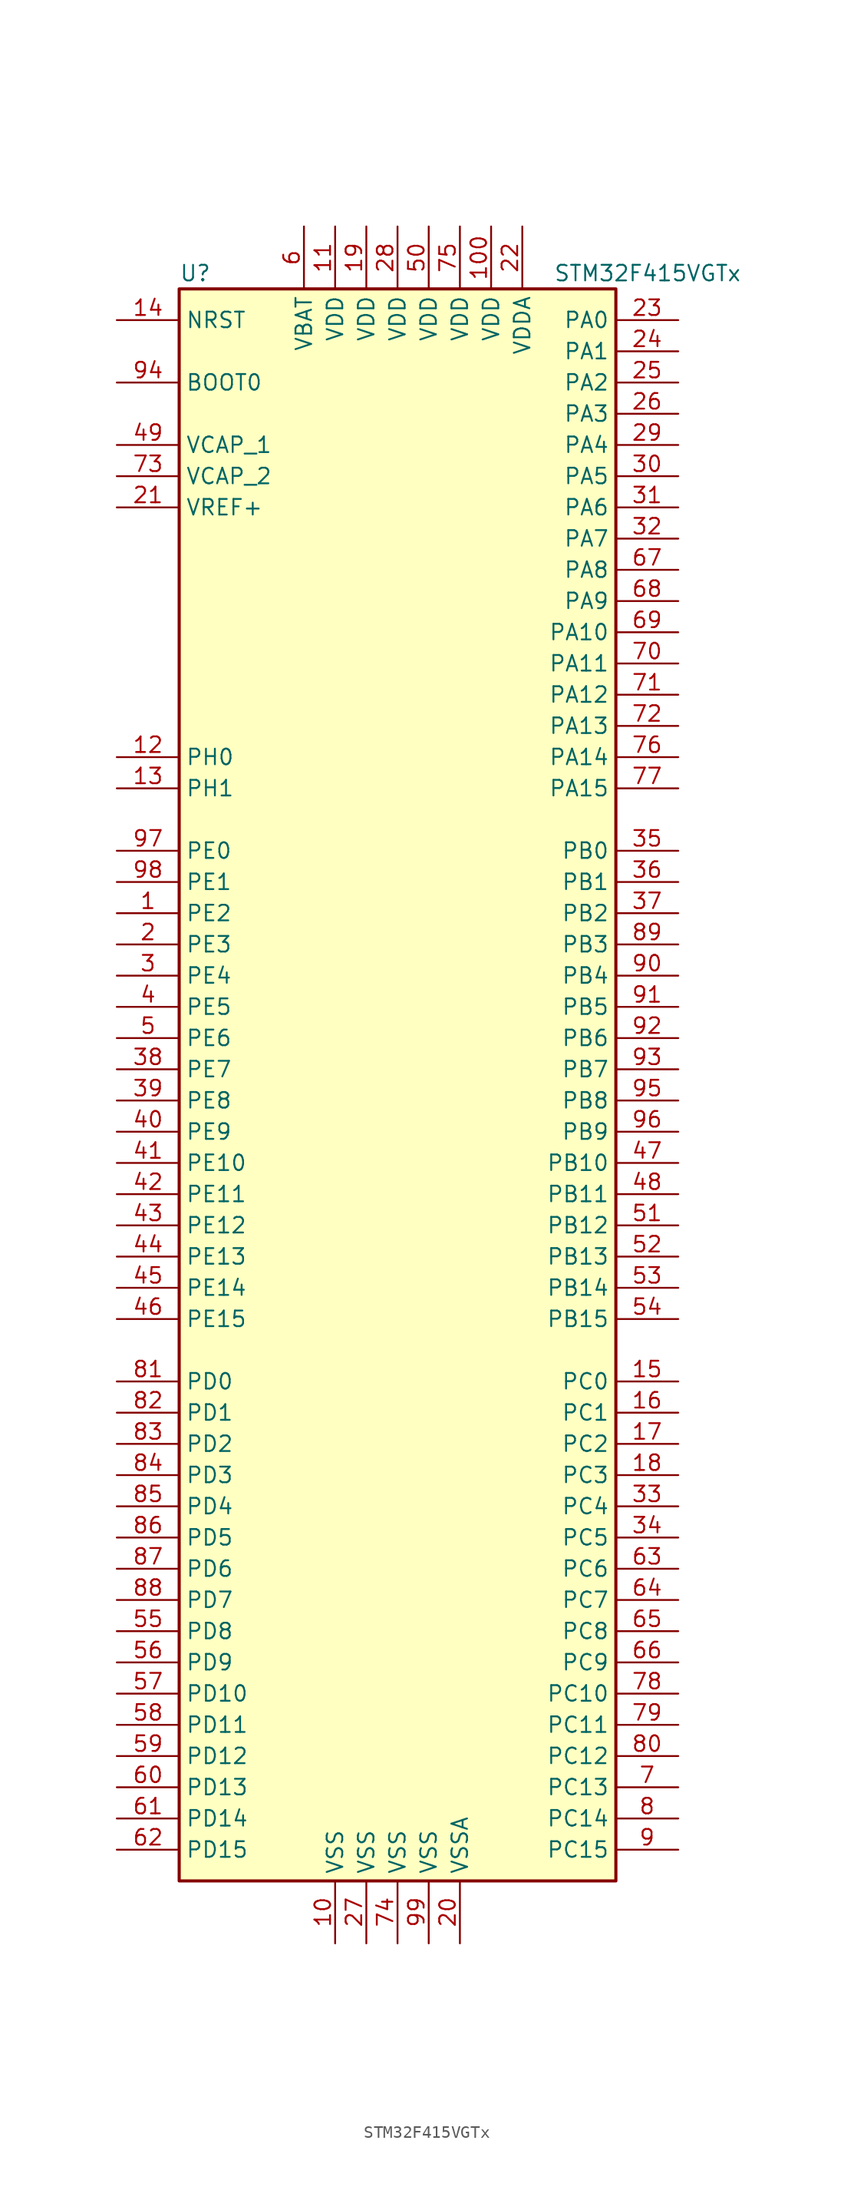
<source format=kicad_sym>
(kicad_symbol_lib
  (version 20201005)
  (generator kicad_symbol_editor)
  (symbol "STM32F415VGTx"
    (property "Reference" "U"
      (at -17.78 64.77 0)
      (effects (font (size 1.27 1.27)) (justify left)))
    (property "Value" "STM32F415VGTx"
      (at 12.7 64.77 0)
      (effects (font (size 1.27 1.27)) (justify left)))
    (symbol "STM32F415VGTx_0_1"
      (rectangle (start -17.78 -66.04) (end 17.78 63.5) (stroke (width 0.254)) (fill (type background))))
    (symbol "STM32F415VGTx_1_1"
      (pin input line (at -22.86 55.88 0) (length 5.08) (name "BOOT0" (effects (font (size 1.27 1.27)))) (number "94" (effects (font (size 1.27 1.27)))))
      (pin input line (at -22.86 60.96 0) (length 5.08) (name "NRST" (effects (font (size 1.27 1.27)))) (number "14" (effects (font (size 1.27 1.27)))))
      (pin bidirectional line (at 22.86 60.96 180) (length 5.08) (name "PA0" (effects (font (size 1.27 1.27)))) (number "23" (effects (font (size 1.27 1.27)))))
      (pin bidirectional line (at 22.86 58.42 180) (length 5.08) (name "PA1" (effects (font (size 1.27 1.27)))) (number "24" (effects (font (size 1.27 1.27)))))
      (pin bidirectional line (at 22.86 35.56 180) (length 5.08) (name "PA10" (effects (font (size 1.27 1.27)))) (number "69" (effects (font (size 1.27 1.27)))))
      (pin bidirectional line (at 22.86 33.02 180) (length 5.08) (name "PA11" (effects (font (size 1.27 1.27)))) (number "70" (effects (font (size 1.27 1.27)))))
      (pin bidirectional line (at 22.86 30.48 180) (length 5.08) (name "PA12" (effects (font (size 1.27 1.27)))) (number "71" (effects (font (size 1.27 1.27)))))
      (pin bidirectional line (at 22.86 27.94 180) (length 5.08) (name "PA13" (effects (font (size 1.27 1.27)))) (number "72" (effects (font (size 1.27 1.27)))))
      (pin bidirectional line (at 22.86 25.4 180) (length 5.08) (name "PA14" (effects (font (size 1.27 1.27)))) (number "76" (effects (font (size 1.27 1.27)))))
      (pin bidirectional line (at 22.86 22.86 180) (length 5.08) (name "PA15" (effects (font (size 1.27 1.27)))) (number "77" (effects (font (size 1.27 1.27)))))
      (pin bidirectional line (at 22.86 55.88 180) (length 5.08) (name "PA2" (effects (font (size 1.27 1.27)))) (number "25" (effects (font (size 1.27 1.27)))))
      (pin bidirectional line (at 22.86 53.34 180) (length 5.08) (name "PA3" (effects (font (size 1.27 1.27)))) (number "26" (effects (font (size 1.27 1.27)))))
      (pin bidirectional line (at 22.86 50.8 180) (length 5.08) (name "PA4" (effects (font (size 1.27 1.27)))) (number "29" (effects (font (size 1.27 1.27)))))
      (pin bidirectional line (at 22.86 48.26 180) (length 5.08) (name "PA5" (effects (font (size 1.27 1.27)))) (number "30" (effects (font (size 1.27 1.27)))))
      (pin bidirectional line (at 22.86 45.72 180) (length 5.08) (name "PA6" (effects (font (size 1.27 1.27)))) (number "31" (effects (font (size 1.27 1.27)))))
      (pin bidirectional line (at 22.86 43.18 180) (length 5.08) (name "PA7" (effects (font (size 1.27 1.27)))) (number "32" (effects (font (size 1.27 1.27)))))
      (pin bidirectional line (at 22.86 40.64 180) (length 5.08) (name "PA8" (effects (font (size 1.27 1.27)))) (number "67" (effects (font (size 1.27 1.27)))))
      (pin bidirectional line (at 22.86 38.1 180) (length 5.08) (name "PA9" (effects (font (size 1.27 1.27)))) (number "68" (effects (font (size 1.27 1.27)))))
      (pin bidirectional line (at 22.86 17.78 180) (length 5.08) (name "PB0" (effects (font (size 1.27 1.27)))) (number "35" (effects (font (size 1.27 1.27)))))
      (pin bidirectional line (at 22.86 15.24 180) (length 5.08) (name "PB1" (effects (font (size 1.27 1.27)))) (number "36" (effects (font (size 1.27 1.27)))))
      (pin bidirectional line (at 22.86 -7.62 180) (length 5.08) (name "PB10" (effects (font (size 1.27 1.27)))) (number "47" (effects (font (size 1.27 1.27)))))
      (pin bidirectional line (at 22.86 -10.16 180) (length 5.08) (name "PB11" (effects (font (size 1.27 1.27)))) (number "48" (effects (font (size 1.27 1.27)))))
      (pin bidirectional line (at 22.86 -12.7 180) (length 5.08) (name "PB12" (effects (font (size 1.27 1.27)))) (number "51" (effects (font (size 1.27 1.27)))))
      (pin bidirectional line (at 22.86 -15.24 180) (length 5.08) (name "PB13" (effects (font (size 1.27 1.27)))) (number "52" (effects (font (size 1.27 1.27)))))
      (pin bidirectional line (at 22.86 -17.78 180) (length 5.08) (name "PB14" (effects (font (size 1.27 1.27)))) (number "53" (effects (font (size 1.27 1.27)))))
      (pin bidirectional line (at 22.86 -20.32 180) (length 5.08) (name "PB15" (effects (font (size 1.27 1.27)))) (number "54" (effects (font (size 1.27 1.27)))))
      (pin bidirectional line (at 22.86 12.7 180) (length 5.08) (name "PB2" (effects (font (size 1.27 1.27)))) (number "37" (effects (font (size 1.27 1.27)))))
      (pin bidirectional line (at 22.86 10.16 180) (length 5.08) (name "PB3" (effects (font (size 1.27 1.27)))) (number "89" (effects (font (size 1.27 1.27)))))
      (pin bidirectional line (at 22.86 7.62 180) (length 5.08) (name "PB4" (effects (font (size 1.27 1.27)))) (number "90" (effects (font (size 1.27 1.27)))))
      (pin bidirectional line (at 22.86 5.08 180) (length 5.08) (name "PB5" (effects (font (size 1.27 1.27)))) (number "91" (effects (font (size 1.27 1.27)))))
      (pin bidirectional line (at 22.86 2.54 180) (length 5.08) (name "PB6" (effects (font (size 1.27 1.27)))) (number "92" (effects (font (size 1.27 1.27)))))
      (pin bidirectional line (at 22.86 0 180) (length 5.08) (name "PB7" (effects (font (size 1.27 1.27)))) (number "93" (effects (font (size 1.27 1.27)))))
      (pin bidirectional line (at 22.86 -2.54 180) (length 5.08) (name "PB8" (effects (font (size 1.27 1.27)))) (number "95" (effects (font (size 1.27 1.27)))))
      (pin bidirectional line (at 22.86 -5.08 180) (length 5.08) (name "PB9" (effects (font (size 1.27 1.27)))) (number "96" (effects (font (size 1.27 1.27)))))
      (pin bidirectional line (at 22.86 -25.4 180) (length 5.08) (name "PC0" (effects (font (size 1.27 1.27)))) (number "15" (effects (font (size 1.27 1.27)))))
      (pin bidirectional line (at 22.86 -27.94 180) (length 5.08) (name "PC1" (effects (font (size 1.27 1.27)))) (number "16" (effects (font (size 1.27 1.27)))))
      (pin bidirectional line (at 22.86 -50.8 180) (length 5.08) (name "PC10" (effects (font (size 1.27 1.27)))) (number "78" (effects (font (size 1.27 1.27)))))
      (pin bidirectional line (at 22.86 -53.34 180) (length 5.08) (name "PC11" (effects (font (size 1.27 1.27)))) (number "79" (effects (font (size 1.27 1.27)))))
      (pin bidirectional line (at 22.86 -55.88 180) (length 5.08) (name "PC12" (effects (font (size 1.27 1.27)))) (number "80" (effects (font (size 1.27 1.27)))))
      (pin bidirectional line (at 22.86 -58.42 180) (length 5.08) (name "PC13" (effects (font (size 1.27 1.27)))) (number "7" (effects (font (size 1.27 1.27)))))
      (pin bidirectional line (at 22.86 -60.96 180) (length 5.08) (name "PC14" (effects (font (size 1.27 1.27)))) (number "8" (effects (font (size 1.27 1.27)))))
      (pin bidirectional line (at 22.86 -63.5 180) (length 5.08) (name "PC15" (effects (font (size 1.27 1.27)))) (number "9" (effects (font (size 1.27 1.27)))))
      (pin bidirectional line (at 22.86 -30.48 180) (length 5.08) (name "PC2" (effects (font (size 1.27 1.27)))) (number "17" (effects (font (size 1.27 1.27)))))
      (pin bidirectional line (at 22.86 -33.02 180) (length 5.08) (name "PC3" (effects (font (size 1.27 1.27)))) (number "18" (effects (font (size 1.27 1.27)))))
      (pin bidirectional line (at 22.86 -35.56 180) (length 5.08) (name "PC4" (effects (font (size 1.27 1.27)))) (number "33" (effects (font (size 1.27 1.27)))))
      (pin bidirectional line (at 22.86 -38.1 180) (length 5.08) (name "PC5" (effects (font (size 1.27 1.27)))) (number "34" (effects (font (size 1.27 1.27)))))
      (pin bidirectional line (at 22.86 -40.64 180) (length 5.08) (name "PC6" (effects (font (size 1.27 1.27)))) (number "63" (effects (font (size 1.27 1.27)))))
      (pin bidirectional line (at 22.86 -43.18 180) (length 5.08) (name "PC7" (effects (font (size 1.27 1.27)))) (number "64" (effects (font (size 1.27 1.27)))))
      (pin bidirectional line (at 22.86 -45.72 180) (length 5.08) (name "PC8" (effects (font (size 1.27 1.27)))) (number "65" (effects (font (size 1.27 1.27)))))
      (pin bidirectional line (at 22.86 -48.26 180) (length 5.08) (name "PC9" (effects (font (size 1.27 1.27)))) (number "66" (effects (font (size 1.27 1.27)))))
      (pin bidirectional line (at -22.86 -25.4 0) (length 5.08) (name "PD0" (effects (font (size 1.27 1.27)))) (number "81" (effects (font (size 1.27 1.27)))))
      (pin bidirectional line (at -22.86 -27.94 0) (length 5.08) (name "PD1" (effects (font (size 1.27 1.27)))) (number "82" (effects (font (size 1.27 1.27)))))
      (pin bidirectional line (at -22.86 -50.8 0) (length 5.08) (name "PD10" (effects (font (size 1.27 1.27)))) (number "57" (effects (font (size 1.27 1.27)))))
      (pin bidirectional line (at -22.86 -53.34 0) (length 5.08) (name "PD11" (effects (font (size 1.27 1.27)))) (number "58" (effects (font (size 1.27 1.27)))))
      (pin bidirectional line (at -22.86 -55.88 0) (length 5.08) (name "PD12" (effects (font (size 1.27 1.27)))) (number "59" (effects (font (size 1.27 1.27)))))
      (pin bidirectional line (at -22.86 -58.42 0) (length 5.08) (name "PD13" (effects (font (size 1.27 1.27)))) (number "60" (effects (font (size 1.27 1.27)))))
      (pin bidirectional line (at -22.86 -60.96 0) (length 5.08) (name "PD14" (effects (font (size 1.27 1.27)))) (number "61" (effects (font (size 1.27 1.27)))))
      (pin bidirectional line (at -22.86 -63.5 0) (length 5.08) (name "PD15" (effects (font (size 1.27 1.27)))) (number "62" (effects (font (size 1.27 1.27)))))
      (pin bidirectional line (at -22.86 -30.48 0) (length 5.08) (name "PD2" (effects (font (size 1.27 1.27)))) (number "83" (effects (font (size 1.27 1.27)))))
      (pin bidirectional line (at -22.86 -33.02 0) (length 5.08) (name "PD3" (effects (font (size 1.27 1.27)))) (number "84" (effects (font (size 1.27 1.27)))))
      (pin bidirectional line (at -22.86 -35.56 0) (length 5.08) (name "PD4" (effects (font (size 1.27 1.27)))) (number "85" (effects (font (size 1.27 1.27)))))
      (pin bidirectional line (at -22.86 -38.1 0) (length 5.08) (name "PD5" (effects (font (size 1.27 1.27)))) (number "86" (effects (font (size 1.27 1.27)))))
      (pin bidirectional line (at -22.86 -40.64 0) (length 5.08) (name "PD6" (effects (font (size 1.27 1.27)))) (number "87" (effects (font (size 1.27 1.27)))))
      (pin bidirectional line (at -22.86 -43.18 0) (length 5.08) (name "PD7" (effects (font (size 1.27 1.27)))) (number "88" (effects (font (size 1.27 1.27)))))
      (pin bidirectional line (at -22.86 -45.72 0) (length 5.08) (name "PD8" (effects (font (size 1.27 1.27)))) (number "55" (effects (font (size 1.27 1.27)))))
      (pin bidirectional line (at -22.86 -48.26 0) (length 5.08) (name "PD9" (effects (font (size 1.27 1.27)))) (number "56" (effects (font (size 1.27 1.27)))))
      (pin bidirectional line (at -22.86 17.78 0) (length 5.08) (name "PE0" (effects (font (size 1.27 1.27)))) (number "97" (effects (font (size 1.27 1.27)))))
      (pin bidirectional line (at -22.86 15.24 0) (length 5.08) (name "PE1" (effects (font (size 1.27 1.27)))) (number "98" (effects (font (size 1.27 1.27)))))
      (pin bidirectional line (at -22.86 -7.62 0) (length 5.08) (name "PE10" (effects (font (size 1.27 1.27)))) (number "41" (effects (font (size 1.27 1.27)))))
      (pin bidirectional line (at -22.86 -10.16 0) (length 5.08) (name "PE11" (effects (font (size 1.27 1.27)))) (number "42" (effects (font (size 1.27 1.27)))))
      (pin bidirectional line (at -22.86 -12.7 0) (length 5.08) (name "PE12" (effects (font (size 1.27 1.27)))) (number "43" (effects (font (size 1.27 1.27)))))
      (pin bidirectional line (at -22.86 -15.24 0) (length 5.08) (name "PE13" (effects (font (size 1.27 1.27)))) (number "44" (effects (font (size 1.27 1.27)))))
      (pin bidirectional line (at -22.86 -17.78 0) (length 5.08) (name "PE14" (effects (font (size 1.27 1.27)))) (number "45" (effects (font (size 1.27 1.27)))))
      (pin bidirectional line (at -22.86 -20.32 0) (length 5.08) (name "PE15" (effects (font (size 1.27 1.27)))) (number "46" (effects (font (size 1.27 1.27)))))
      (pin bidirectional line (at -22.86 12.7 0) (length 5.08) (name "PE2" (effects (font (size 1.27 1.27)))) (number "1" (effects (font (size 1.27 1.27)))))
      (pin bidirectional line (at -22.86 10.16 0) (length 5.08) (name "PE3" (effects (font (size 1.27 1.27)))) (number "2" (effects (font (size 1.27 1.27)))))
      (pin bidirectional line (at -22.86 7.62 0) (length 5.08) (name "PE4" (effects (font (size 1.27 1.27)))) (number "3" (effects (font (size 1.27 1.27)))))
      (pin bidirectional line (at -22.86 5.08 0) (length 5.08) (name "PE5" (effects (font (size 1.27 1.27)))) (number "4" (effects (font (size 1.27 1.27)))))
      (pin bidirectional line (at -22.86 2.54 0) (length 5.08) (name "PE6" (effects (font (size 1.27 1.27)))) (number "5" (effects (font (size 1.27 1.27)))))
      (pin bidirectional line (at -22.86 0 0) (length 5.08) (name "PE7" (effects (font (size 1.27 1.27)))) (number "38" (effects (font (size 1.27 1.27)))))
      (pin bidirectional line (at -22.86 -2.54 0) (length 5.08) (name "PE8" (effects (font (size 1.27 1.27)))) (number "39" (effects (font (size 1.27 1.27)))))
      (pin bidirectional line (at -22.86 -5.08 0) (length 5.08) (name "PE9" (effects (font (size 1.27 1.27)))) (number "40" (effects (font (size 1.27 1.27)))))
      (pin input line (at -22.86 25.4 0) (length 5.08) (name "PH0" (effects (font (size 1.27 1.27)))) (number "12" (effects (font (size 1.27 1.27)))))
      (pin input line (at -22.86 22.86 0) (length 5.08) (name "PH1" (effects (font (size 1.27 1.27)))) (number "13" (effects (font (size 1.27 1.27)))))
      (pin power_in line (at -7.62 68.58 270) (length 5.08) (name "VBAT" (effects (font (size 1.27 1.27)))) (number "6" (effects (font (size 1.27 1.27)))))
      (pin power_in line (at -22.86 50.8 0) (length 5.08) (name "VCAP_1" (effects (font (size 1.27 1.27)))) (number "49" (effects (font (size 1.27 1.27)))))
      (pin power_in line (at -22.86 48.26 0) (length 5.08) (name "VCAP_2" (effects (font (size 1.27 1.27)))) (number "73" (effects (font (size 1.27 1.27)))))
      (pin power_in line (at 7.62 68.58 270) (length 5.08) (name "VDD" (effects (font (size 1.27 1.27)))) (number "100" (effects (font (size 1.27 1.27)))))
      (pin power_in line (at -5.08 68.58 270) (length 5.08) (name "VDD" (effects (font (size 1.27 1.27)))) (number "11" (effects (font (size 1.27 1.27)))))
      (pin power_in line (at -2.54 68.58 270) (length 5.08) (name "VDD" (effects (font (size 1.27 1.27)))) (number "19" (effects (font (size 1.27 1.27)))))
      (pin power_in line (at 0 68.58 270) (length 5.08) (name "VDD" (effects (font (size 1.27 1.27)))) (number "28" (effects (font (size 1.27 1.27)))))
      (pin power_in line (at 2.54 68.58 270) (length 5.08) (name "VDD" (effects (font (size 1.27 1.27)))) (number "50" (effects (font (size 1.27 1.27)))))
      (pin power_in line (at 5.08 68.58 270) (length 5.08) (name "VDD" (effects (font (size 1.27 1.27)))) (number "75" (effects (font (size 1.27 1.27)))))
      (pin power_in line (at 10.16 68.58 270) (length 5.08) (name "VDDA" (effects (font (size 1.27 1.27)))) (number "22" (effects (font (size 1.27 1.27)))))
      (pin power_in line (at -22.86 45.72 0) (length 5.08) (name "VREF+" (effects (font (size 1.27 1.27)))) (number "21" (effects (font (size 1.27 1.27)))))
      (pin power_in line (at -5.08 -71.12 90) (length 5.08) (name "VSS" (effects (font (size 1.27 1.27)))) (number "10" (effects (font (size 1.27 1.27)))))
      (pin power_in line (at -2.54 -71.12 90) (length 5.08) (name "VSS" (effects (font (size 1.27 1.27)))) (number "27" (effects (font (size 1.27 1.27)))))
      (pin power_in line (at 0 -71.12 90) (length 5.08) (name "VSS" (effects (font (size 1.27 1.27)))) (number "74" (effects (font (size 1.27 1.27)))))
      (pin power_in line (at 2.54 -71.12 90) (length 5.08) (name "VSS" (effects (font (size 1.27 1.27)))) (number "99" (effects (font (size 1.27 1.27)))))
      (pin power_in line (at 5.08 -71.12 90) (length 5.08) (name "VSSA" (effects (font (size 1.27 1.27)))) (number "20" (effects (font (size 1.27 1.27))))))))
</source>
